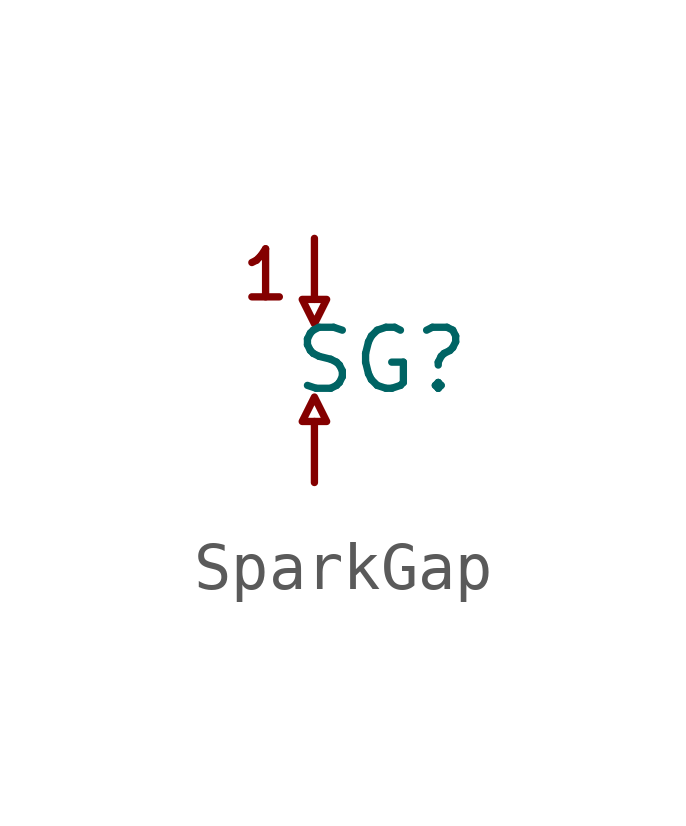
<source format=kicad_sym>
(kicad_symbol_lib
  (version 20211014)
  (generator kicad_symbol_editor)
  (symbol "SparkGap"
    (pin_numbers hide)
    (property "Reference" "SG"
      (at 1.397 0 0)
      (effects (font (size 1.27 1.27))))
    (symbol "SparkGap_0_0"
      (text "1" (at -1.016 1.778 0) (effects (font (size 1 1)))))
    (symbol "SparkGap_0_1"
      (polyline (pts (xy -0.254 -1.27) (xy 0.254 -1.27) (xy 0 -0.762) (xy -0.254 -1.27)) (stroke (width 0) (type default) (color 0 0 0 0)) (fill (type none)))
      (polyline (pts (xy -0.254 1.27) (xy 0.254 1.27) (xy 0 0.762) (xy -0.254 1.27)) (stroke (width 0) (type default) (color 0 0 0 0)) (fill (type none))))
    (symbol "SparkGap_1_1"
      (pin passive line (at 0 2.54 270) (length 1.27) (name "~" (effects (font (size 1.27 1.27)))) (number "1" (effects (font (size 1.27 1.27)))))
      (pin passive line (at 0 -2.54 90) (length 1.27) (name "~" (effects (font (size 1.27 1.27)))) (number "2" (effects (font (size 1.27 1.27))))))))
</source>
